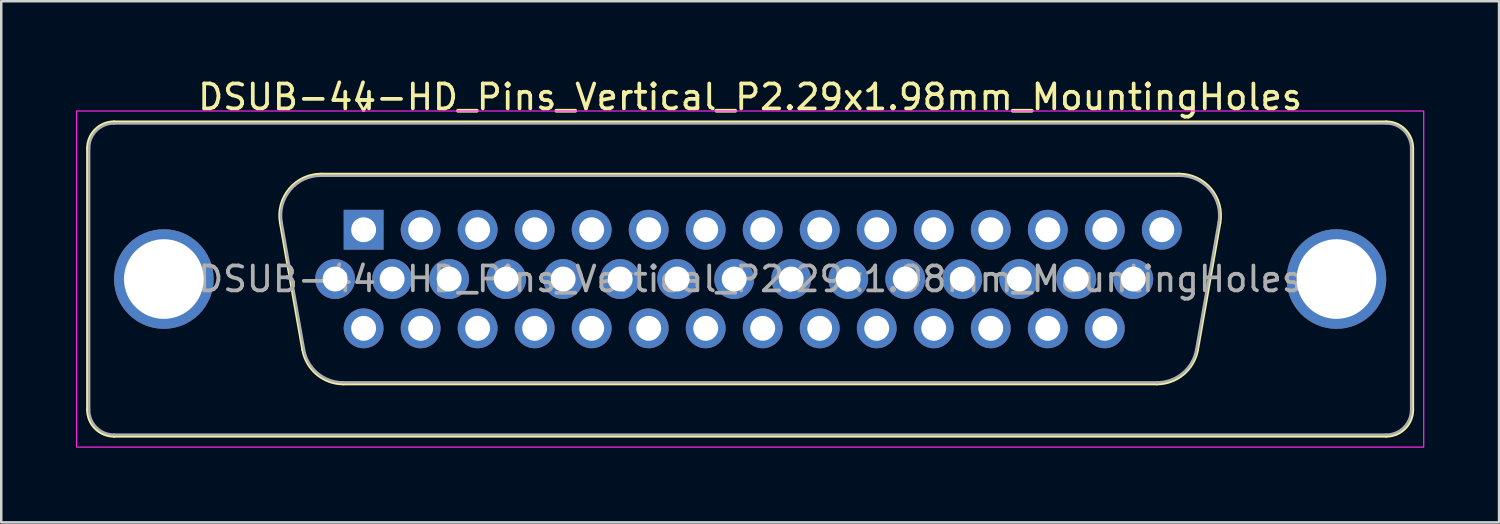
<source format=kicad_pcb>
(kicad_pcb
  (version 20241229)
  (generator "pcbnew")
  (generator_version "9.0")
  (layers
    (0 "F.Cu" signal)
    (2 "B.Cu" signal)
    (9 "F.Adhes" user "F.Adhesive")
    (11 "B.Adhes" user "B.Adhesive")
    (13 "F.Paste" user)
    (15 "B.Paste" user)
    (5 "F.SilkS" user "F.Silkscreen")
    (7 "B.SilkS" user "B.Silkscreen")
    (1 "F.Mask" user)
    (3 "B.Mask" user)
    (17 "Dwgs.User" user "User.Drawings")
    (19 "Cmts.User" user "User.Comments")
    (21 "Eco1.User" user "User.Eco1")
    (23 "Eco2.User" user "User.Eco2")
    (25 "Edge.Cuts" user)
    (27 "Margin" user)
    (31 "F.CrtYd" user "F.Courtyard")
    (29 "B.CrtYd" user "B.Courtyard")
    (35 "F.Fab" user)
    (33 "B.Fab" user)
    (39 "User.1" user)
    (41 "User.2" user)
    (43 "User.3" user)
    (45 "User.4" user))
  (footprint "DSUB-44-HD_Pins_Vertical_P2.29x1.98mm_MountingHoles"
    (layer "F.Cu")
    (at 11.555 6.178)
    (property "Reference" "DSUB-44-HD_Pins_Vertical_P2.29x1.98mm_MountingHoles" (at 15.525 -5.33 0) (layer "F.SilkS") (effects (font (size 1 1) (thickness 0.15))))
    (attr through_hole)
    (fp_line (start -11.085 7.23) (end -11.085 -3.27) (stroke (width 0.12) (type solid)) (layer "F.SilkS"))
    (fp_line (start -10.025 -4.33) (end 41.075 -4.33) (stroke (width 0.12) (type solid)) (layer "F.SilkS"))
    (fp_line (start -2.442 4.818) (end -3.341 -0.282) (stroke (width 0.12) (type solid)) (layer "F.SilkS"))
    (fp_line (start -1.707 -2.23) (end 32.757 -2.23) (stroke (width 0.12) (type solid)) (layer "F.SilkS"))
    (fp_line (start -0.25 -5.224) (end 0.25 -5.224) (stroke (width 0.12) (type solid)) (layer "F.SilkS"))
    (fp_line (start 0 -4.791) (end -0.25 -5.224) (stroke (width 0.12) (type solid)) (layer "F.SilkS"))
    (fp_line (start 0.25 -5.224) (end 0 -4.791) (stroke (width 0.12) (type solid)) (layer "F.SilkS"))
    (fp_line (start 31.857 6.19) (end -0.807 6.19) (stroke (width 0.12) (type solid)) (layer "F.SilkS"))
    (fp_line (start 34.391 -0.282) (end 33.492 4.818) (stroke (width 0.12) (type solid)) (layer "F.SilkS"))
    (fp_line (start 41.075 8.29) (end -10.025 8.29) (stroke (width 0.12) (type solid)) (layer "F.SilkS"))
    (fp_line (start 42.135 -3.27) (end 42.135 7.23) (stroke (width 0.12) (type solid)) (layer "F.SilkS"))
    (fp_arc (start -11.085 -3.27) (mid -10.774533 -4.019533) (end -10.025 -4.33) (stroke (width 0.12) (type solid)) (layer "F.SilkS"))
    (fp_arc (start -10.025 8.29) (mid -10.774533 7.979533) (end -11.085 7.23) (stroke (width 0.12) (type solid)) (layer "F.SilkS"))
    (fp_arc (start -3.34147 -0.281744) (mid -2.978323 -1.637027) (end -1.706689 -2.23) (stroke (width 0.12) (type solid)) (layer "F.SilkS"))
    (fp_arc (start -0.807421 6.19) (mid -1.874449 5.801634) (end -2.442202 4.818256) (stroke (width 0.12) (type solid)) (layer "F.SilkS"))
    (fp_arc (start 32.756689 -2.23) (mid 34.028323 -1.637027) (end 34.39147 -0.281744) (stroke (width 0.12) (type solid)) (layer "F.SilkS"))
    (fp_arc (start 33.492202 4.818256) (mid 32.924449 5.801634) (end 31.857421 6.19) (stroke (width 0.12) (type solid)) (layer "F.SilkS"))
    (fp_arc (start 41.075 -4.33) (mid 41.824533 -4.019533) (end 42.135 -3.27) (stroke (width 0.12) (type solid)) (layer "F.SilkS"))
    (fp_arc (start 42.135 7.23) (mid 41.824533 7.979533) (end 41.075 8.29) (stroke (width 0.12) (type solid)) (layer "F.SilkS"))
    (fp_rect (start -11.53 -4.77) (end 42.58 8.73) (stroke (width 0.05) (type solid)) (fill no) (layer "F.CrtYd"))
    (fp_line (start -11.025 7.23) (end -11.025 -3.27) (stroke (width 0.1) (type solid)) (layer "F.Fab"))
    (fp_line (start -10.025 -4.27) (end 41.075 -4.27) (stroke (width 0.1) (type solid)) (layer "F.Fab"))
    (fp_line (start -2.395 4.808) (end -3.294 -0.292) (stroke (width 0.1) (type solid)) (layer "F.Fab"))
    (fp_line (start -1.718 -2.17) (end 32.768 -2.17) (stroke (width 0.1) (type solid)) (layer "F.Fab"))
    (fp_line (start 31.869 6.13) (end -0.819 6.13) (stroke (width 0.1) (type solid)) (layer "F.Fab"))
    (fp_line (start 34.344 -0.292) (end 33.445 4.808) (stroke (width 0.1) (type solid)) (layer "F.Fab"))
    (fp_line (start 41.075 8.23) (end -10.025 8.23) (stroke (width 0.1) (type solid)) (layer "F.Fab"))
    (fp_line (start 42.075 -3.27) (end 42.075 7.23) (stroke (width 0.1) (type solid)) (layer "F.Fab"))
    (fp_arc (start -11.025 -3.27) (mid -10.732107 -3.977107) (end -10.025 -4.27) (stroke (width 0.1) (type solid)) (layer "F.Fab"))
    (fp_arc (start -10.025 8.23) (mid -10.732107 7.937107) (end -11.025 7.23) (stroke (width 0.1) (type solid)) (layer "F.Fab"))
    (fp_arc (start -3.293887 -0.292163) (mid -2.943865 -1.59846) (end -1.718194 -2.17) (stroke (width 0.1) (type solid)) (layer "F.Fab"))
    (fp_arc (start -0.818927 6.13) (mid -1.847387 5.755671) (end -2.394619 4.807837) (stroke (width 0.1) (type solid)) (layer "F.Fab"))
    (fp_arc (start 32.768194 -2.17) (mid 33.993865 -1.59846) (end 34.343887 -0.292163) (stroke (width 0.1) (type solid)) (layer "F.Fab"))
    (fp_arc (start 33.444619 4.807837) (mid 32.897387 5.755671) (end 31.868927 6.13) (stroke (width 0.1) (type solid)) (layer "F.Fab"))
    (fp_arc (start 41.075 -4.27) (mid 41.782107 -3.977107) (end 42.075 -3.27) (stroke (width 0.1) (type solid)) (layer "F.Fab"))
    (fp_arc (start 42.075 7.23) (mid 41.782107 7.937107) (end 41.075 8.23) (stroke (width 0.1) (type solid)) (layer "F.Fab"))
    (fp_text user "${REFERENCE}" (at 15.525 1.98 0) (layer "F.Fab") (effects (font (size 1 1) (thickness 0.15))))
    (pad "1" thru_hole rect (at 0 0) (size 1.6 1.6) (drill 1) (layers "*.Cu" "*.Mask"))
    (pad "2" thru_hole circle (at 2.29 0) (size 1.6 1.6) (drill 1) (layers "*.Cu" "*.Mask"))
    (pad "3" thru_hole circle (at 4.58 0) (size 1.6 1.6) (drill 1) (layers "*.Cu" "*.Mask"))
    (pad "4" thru_hole circle (at 6.87 0) (size 1.6 1.6) (drill 1) (layers "*.Cu" "*.Mask"))
    (pad "5" thru_hole circle (at 9.16 0) (size 1.6 1.6) (drill 1) (layers "*.Cu" "*.Mask"))
    (pad "6" thru_hole circle (at 11.45 0) (size 1.6 1.6) (drill 1) (layers "*.Cu" "*.Mask"))
    (pad "7" thru_hole circle (at 13.74 0) (size 1.6 1.6) (drill 1) (layers "*.Cu" "*.Mask"))
    (pad "8" thru_hole circle (at 16.03 0) (size 1.6 1.6) (drill 1) (layers "*.Cu" "*.Mask"))
    (pad "9" thru_hole circle (at 18.32 0) (size 1.6 1.6) (drill 1) (layers "*.Cu" "*.Mask"))
    (pad "10" thru_hole circle (at 20.61 0) (size 1.6 1.6) (drill 1) (layers "*.Cu" "*.Mask"))
    (pad "11" thru_hole circle (at 22.9 0) (size 1.6 1.6) (drill 1) (layers "*.Cu" "*.Mask"))
    (pad "12" thru_hole circle (at 25.19 0) (size 1.6 1.6) (drill 1) (layers "*.Cu" "*.Mask"))
    (pad "13" thru_hole circle (at 27.48 0) (size 1.6 1.6) (drill 1) (layers "*.Cu" "*.Mask"))
    (pad "14" thru_hole circle (at 29.77 0) (size 1.6 1.6) (drill 1) (layers "*.Cu" "*.Mask"))
    (pad "15" thru_hole circle (at 32.06 0) (size 1.6 1.6) (drill 1) (layers "*.Cu" "*.Mask"))
    (pad "16" thru_hole circle (at -1.145 1.98) (size 1.6 1.6) (drill 1) (layers "*.Cu" "*.Mask"))
    (pad "17" thru_hole circle (at 1.145 1.98) (size 1.6 1.6) (drill 1) (layers "*.Cu" "*.Mask"))
    (pad "18" thru_hole circle (at 3.435 1.98) (size 1.6 1.6) (drill 1) (layers "*.Cu" "*.Mask"))
    (pad "19" thru_hole circle (at 5.725 1.98) (size 1.6 1.6) (drill 1) (layers "*.Cu" "*.Mask"))
    (pad "20" thru_hole circle (at 8.015 1.98) (size 1.6 1.6) (drill 1) (layers "*.Cu" "*.Mask"))
    (pad "21" thru_hole circle (at 10.305 1.98) (size 1.6 1.6) (drill 1) (layers "*.Cu" "*.Mask"))
    (pad "22" thru_hole circle (at 12.595 1.98) (size 1.6 1.6) (drill 1) (layers "*.Cu" "*.Mask"))
    (pad "23" thru_hole circle (at 14.885 1.98) (size 1.6 1.6) (drill 1) (layers "*.Cu" "*.Mask"))
    (pad "24" thru_hole circle (at 17.175 1.98) (size 1.6 1.6) (drill 1) (layers "*.Cu" "*.Mask"))
    (pad "25" thru_hole circle (at 19.465 1.98) (size 1.6 1.6) (drill 1) (layers "*.Cu" "*.Mask"))
    (pad "26" thru_hole circle (at 21.755 1.98) (size 1.6 1.6) (drill 1) (layers "*.Cu" "*.Mask"))
    (pad "27" thru_hole circle (at 24.045 1.98) (size 1.6 1.6) (drill 1) (layers "*.Cu" "*.Mask"))
    (pad "28" thru_hole circle (at 26.335 1.98) (size 1.6 1.6) (drill 1) (layers "*.Cu" "*.Mask"))
    (pad "29" thru_hole circle (at 28.625 1.98) (size 1.6 1.6) (drill 1) (layers "*.Cu" "*.Mask"))
    (pad "30" thru_hole circle (at 30.915 1.98) (size 1.6 1.6) (drill 1) (layers "*.Cu" "*.Mask"))
    (pad "31" thru_hole circle (at 0 3.96) (size 1.6 1.6) (drill 1) (layers "*.Cu" "*.Mask"))
    (pad "32" thru_hole circle (at 2.29 3.96) (size 1.6 1.6) (drill 1) (layers "*.Cu" "*.Mask"))
    (pad "33" thru_hole circle (at 4.58 3.96) (size 1.6 1.6) (drill 1) (layers "*.Cu" "*.Mask"))
    (pad "34" thru_hole circle (at 6.87 3.96) (size 1.6 1.6) (drill 1) (layers "*.Cu" "*.Mask"))
    (pad "35" thru_hole circle (at 9.16 3.96) (size 1.6 1.6) (drill 1) (layers "*.Cu" "*.Mask"))
    (pad "36" thru_hole circle (at 11.45 3.96) (size 1.6 1.6) (drill 1) (layers "*.Cu" "*.Mask"))
    (pad "37" thru_hole circle (at 13.74 3.96) (size 1.6 1.6) (drill 1) (layers "*.Cu" "*.Mask"))
    (pad "38" thru_hole circle (at 16.03 3.96) (size 1.6 1.6) (drill 1) (layers "*.Cu" "*.Mask"))
    (pad "39" thru_hole circle (at 18.32 3.96) (size 1.6 1.6) (drill 1) (layers "*.Cu" "*.Mask"))
    (pad "40" thru_hole circle (at 20.61 3.96) (size 1.6 1.6) (drill 1) (layers "*.Cu" "*.Mask"))
    (pad "41" thru_hole circle (at 22.9 3.96) (size 1.6 1.6) (drill 1) (layers "*.Cu" "*.Mask"))
    (pad "42" thru_hole circle (at 25.19 3.96) (size 1.6 1.6) (drill 1) (layers "*.Cu" "*.Mask"))
    (pad "43" thru_hole circle (at 27.48 3.96) (size 1.6 1.6) (drill 1) (layers "*.Cu" "*.Mask"))
    (pad "44" thru_hole circle (at 29.77 3.96) (size 1.6 1.6) (drill 1) (layers "*.Cu" "*.Mask"))
    (pad "SH" thru_hole circle (at -8.025 1.98) (size 4 4) (drill 3.2) (layers "*.Cu" "*.Mask"))
    (pad "SH" thru_hole circle (at 39.075 1.98) (size 4 4) (drill 3.2) (layers "*.Cu" "*.Mask")))
  (gr_rect
    (start -3 -3)
    (end 57.16 17.933)
    (stroke (width 0.1) (type default))
    (fill no)
    (layer "Edge.Cuts")))
</source>
